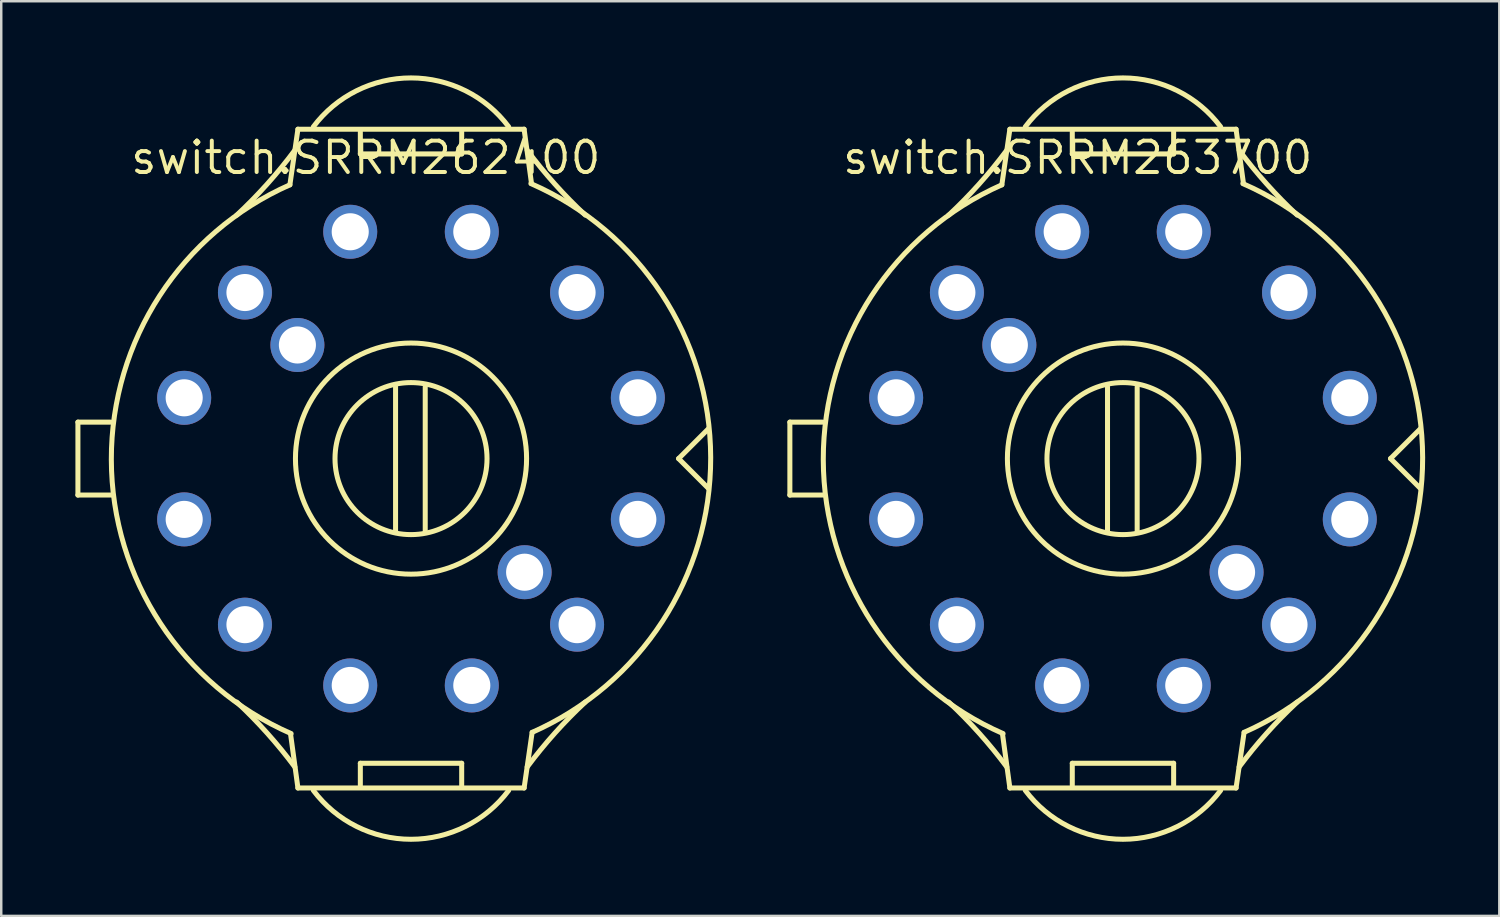
<source format=kicad_pcb>
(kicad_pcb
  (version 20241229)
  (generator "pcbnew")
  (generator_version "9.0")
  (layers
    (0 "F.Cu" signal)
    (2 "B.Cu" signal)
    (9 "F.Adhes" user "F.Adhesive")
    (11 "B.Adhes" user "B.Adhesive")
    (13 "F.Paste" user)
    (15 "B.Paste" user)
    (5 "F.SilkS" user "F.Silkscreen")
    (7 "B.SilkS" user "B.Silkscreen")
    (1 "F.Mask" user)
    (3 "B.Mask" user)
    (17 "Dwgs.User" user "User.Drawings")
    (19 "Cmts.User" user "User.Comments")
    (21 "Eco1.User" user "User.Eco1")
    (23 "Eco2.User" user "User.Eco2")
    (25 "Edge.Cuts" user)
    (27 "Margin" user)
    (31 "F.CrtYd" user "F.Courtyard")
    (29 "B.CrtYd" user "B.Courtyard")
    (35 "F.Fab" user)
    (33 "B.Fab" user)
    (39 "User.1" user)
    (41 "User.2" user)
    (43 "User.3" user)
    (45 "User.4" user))
  (footprint "switch.SRRM263700"
    (layer "F.Cu")
    (at 42.378 15.502)
    (property "Reference" "switch.SRRM263700" (at -11.43 -11.43 0) (layer "F.SilkS") (effects (font (size 1.27 1.27) (thickness 0.16)) (justify left bottom)))
    (attr through_hole)
    (fp_line (start -13.475 -1.475) (end -13.475 1.475) (stroke (width 0.203) (type default)) (layer "F.SilkS"))
    (fp_line (start -13.475 1.475) (end -12.1 1.475) (stroke (width 0.203) (type default)) (layer "F.SilkS"))
    (fp_line (start -12.15 -1.475) (end -13.475 -1.475) (stroke (width 0.203) (type default)) (layer "F.SilkS"))
    (fp_line (start -4.9 -11.075) (end -4.575 -13.325) (stroke (width 0.203) (type default)) (layer "F.SilkS"))
    (fp_line (start -4.575 -13.325) (end 4.575 -13.325) (stroke (width 0.203) (type default)) (layer "F.SilkS"))
    (fp_line (start -4.575 13.325) (end -4.875 11.125) (stroke (width 0.203) (type default)) (layer "F.SilkS"))
    (fp_line (start -2.05 -13.225) (end -2.05 -12.325) (stroke (width 0.203) (type default)) (layer "F.SilkS"))
    (fp_line (start -2.05 -12.325) (end 2.05 -12.325) (stroke (width 0.203) (type default)) (layer "F.SilkS"))
    (fp_line (start -2.05 12.325) (end -2.05 13.225) (stroke (width 0.203) (type default)) (layer "F.SilkS"))
    (fp_line (start -0.625 -2.9) (end -0.625 2.975) (stroke (width 0.203) (type default)) (layer "F.SilkS"))
    (fp_line (start 0.575 -2.9) (end 0.575 2.975) (stroke (width 0.203) (type default)) (layer "F.SilkS"))
    (fp_line (start 2.05 -12.325) (end 2.05 -13.225) (stroke (width 0.203) (type default)) (layer "F.SilkS"))
    (fp_line (start 2.05 12.325) (end -2.05 12.325) (stroke (width 0.203) (type default)) (layer "F.SilkS"))
    (fp_line (start 2.05 13.225) (end 2.05 12.325) (stroke (width 0.203) (type default)) (layer "F.SilkS"))
    (fp_line (start 4.575 -13.325) (end 4.875 -11.125) (stroke (width 0.203) (type default)) (layer "F.SilkS"))
    (fp_line (start 4.575 13.325) (end -4.575 13.325) (stroke (width 0.203) (type default)) (layer "F.SilkS"))
    (fp_line (start 4.9 11.075) (end 4.575 13.325) (stroke (width 0.203) (type default)) (layer "F.SilkS"))
    (fp_line (start 10.825 0) (end 12.025 1.2) (stroke (width 0.203) (type default)) (layer "F.SilkS"))
    (fp_line (start 12.025 -1.2) (end 10.825 0) (stroke (width 0.203) (type default)) (layer "F.SilkS"))
    (fp_arc (start -7.05 9.85) (mid -5.815572 11.109298) (end -4.7 12.475) (stroke (width 0.2032) (type default)) (layer "F.SilkS"))
    (fp_arc (start -4.85 11.125) (mid -12.12335 0.041325) (end -4.9 -11.075) (stroke (width 0.2032) (type default)) (layer "F.SilkS"))
    (fp_arc (start -4.7 -12.475) (mid -5.815572 -11.109298) (end -7.05 -9.85) (stroke (width 0.2032) (type default)) (layer "F.SilkS"))
    (fp_arc (start -3.95 -13.425) (mid 0 -15.4) (end 3.95 -13.425) (stroke (width 0.2032) (type default)) (layer "F.SilkS"))
    (fp_arc (start 3.95 13.425) (mid 0 15.4) (end -3.95 13.425) (stroke (width 0.2032) (type default)) (layer "F.SilkS"))
    (fp_arc (start 4.7 12.475) (mid 5.815572 11.109298) (end 7.05 9.85) (stroke (width 0.2032) (type default)) (layer "F.SilkS"))
    (fp_arc (start 4.85 -11.125) (mid 12.12335 -0.041325) (end 4.9 11.075) (stroke (width 0.2032) (type default)) (layer "F.SilkS"))
    (fp_arc (start 7.05 -9.85) (mid 5.815572 -11.109298) (end 4.7 -12.475) (stroke (width 0.2032) (type default)) (layer "F.SilkS"))
    (fp_circle (center 0 0) (end 3.075 0) (stroke (width 0.203) (type default)) (fill no) (layer "F.SilkS"))
    (fp_circle (center 0 0) (end 4.675 0) (stroke (width 0.203) (type default)) (fill no) (layer "F.SilkS"))
    (pad "1" thru_hole circle (at -9.176 -2.459 90) (size 2.184 2.184) (drill 1.5) (layers "*.Cu" "*.Mask"))
    (pad "2" thru_hole circle (at -6.718 -6.718 90) (size 2.184 2.184) (drill 1.5) (layers "*.Cu" "*.Mask"))
    (pad "3" thru_hole circle (at -2.459 -9.176 90) (size 2.184 2.184) (drill 1.5) (layers "*.Cu" "*.Mask"))
    (pad "4" thru_hole circle (at 2.459 -9.176) (size 2.184 2.184) (drill 1.5) (layers "*.Cu" "*.Mask"))
    (pad "5" thru_hole circle (at 6.718 -6.718) (size 2.184 2.184) (drill 1.5) (layers "*.Cu" "*.Mask"))
    (pad "6" thru_hole circle (at 9.176 -2.459) (size 2.184 2.184) (drill 1.5) (layers "*.Cu" "*.Mask"))
    (pad "7" thru_hole circle (at 9.176 2.459 270) (size 2.184 2.184) (drill 1.5) (layers "*.Cu" "*.Mask"))
    (pad "8" thru_hole circle (at 6.718 6.718 270) (size 2.184 2.184) (drill 1.5) (layers "*.Cu" "*.Mask"))
    (pad "9" thru_hole circle (at 2.459 9.176 270) (size 2.184 2.184) (drill 1.5) (layers "*.Cu" "*.Mask"))
    (pad "10" thru_hole circle (at -2.459 9.176 180) (size 2.184 2.184) (drill 1.5) (layers "*.Cu" "*.Mask"))
    (pad "11" thru_hole circle (at -6.718 6.718 180) (size 2.184 2.184) (drill 1.5) (layers "*.Cu" "*.Mask"))
    (pad "12" thru_hole circle (at -9.176 2.459 180) (size 2.184 2.184) (drill 1.5) (layers "*.Cu" "*.Mask"))
    (pad "13" thru_hole circle (at -4.596 -4.596 105) (size 2.184 2.184) (drill 1.5) (layers "*.Cu" "*.Mask"))
    (pad "14" thru_hole circle (at 4.596 4.596 285) (size 2.184 2.184) (drill 1.5) (layers "*.Cu" "*.Mask")))
  (footprint "switch.SRRM262400"
    (layer "F.Cu")
    (at 13.577 15.502)
    (property "Reference" "switch.SRRM262400" (at -11.43 -11.43 0) (layer "F.SilkS") (effects (font (size 1.27 1.27) (thickness 0.16)) (justify left bottom)))
    (attr through_hole)
    (fp_line (start -13.475 -1.475) (end -13.475 1.475) (stroke (width 0.203) (type default)) (layer "F.SilkS"))
    (fp_line (start -13.475 1.475) (end -12.1 1.475) (stroke (width 0.203) (type default)) (layer "F.SilkS"))
    (fp_line (start -12.15 -1.475) (end -13.475 -1.475) (stroke (width 0.203) (type default)) (layer "F.SilkS"))
    (fp_line (start -4.9 -11.075) (end -4.575 -13.325) (stroke (width 0.203) (type default)) (layer "F.SilkS"))
    (fp_line (start -4.575 -13.325) (end 4.575 -13.325) (stroke (width 0.203) (type default)) (layer "F.SilkS"))
    (fp_line (start -4.575 13.325) (end -4.875 11.125) (stroke (width 0.203) (type default)) (layer "F.SilkS"))
    (fp_line (start -2.05 -13.225) (end -2.05 -12.325) (stroke (width 0.203) (type default)) (layer "F.SilkS"))
    (fp_line (start -2.05 -12.325) (end 2.05 -12.325) (stroke (width 0.203) (type default)) (layer "F.SilkS"))
    (fp_line (start -2.05 12.325) (end -2.05 13.225) (stroke (width 0.203) (type default)) (layer "F.SilkS"))
    (fp_line (start -0.625 -2.9) (end -0.625 2.975) (stroke (width 0.203) (type default)) (layer "F.SilkS"))
    (fp_line (start 0.575 -2.9) (end 0.575 2.975) (stroke (width 0.203) (type default)) (layer "F.SilkS"))
    (fp_line (start 2.05 -12.325) (end 2.05 -13.225) (stroke (width 0.203) (type default)) (layer "F.SilkS"))
    (fp_line (start 2.05 12.325) (end -2.05 12.325) (stroke (width 0.203) (type default)) (layer "F.SilkS"))
    (fp_line (start 2.05 13.225) (end 2.05 12.325) (stroke (width 0.203) (type default)) (layer "F.SilkS"))
    (fp_line (start 4.575 -13.325) (end 4.875 -11.125) (stroke (width 0.203) (type default)) (layer "F.SilkS"))
    (fp_line (start 4.575 13.325) (end -4.575 13.325) (stroke (width 0.203) (type default)) (layer "F.SilkS"))
    (fp_line (start 4.9 11.075) (end 4.575 13.325) (stroke (width 0.203) (type default)) (layer "F.SilkS"))
    (fp_line (start 10.825 0) (end 12.025 1.2) (stroke (width 0.203) (type default)) (layer "F.SilkS"))
    (fp_line (start 12.025 -1.2) (end 10.825 0) (stroke (width 0.203) (type default)) (layer "F.SilkS"))
    (fp_arc (start -7.05 9.85) (mid -5.815572 11.109298) (end -4.7 12.475) (stroke (width 0.2032) (type default)) (layer "F.SilkS"))
    (fp_arc (start -4.85 11.125) (mid -12.12335 0.041325) (end -4.9 -11.075) (stroke (width 0.2032) (type default)) (layer "F.SilkS"))
    (fp_arc (start -4.7 -12.475) (mid -5.815572 -11.109298) (end -7.05 -9.85) (stroke (width 0.2032) (type default)) (layer "F.SilkS"))
    (fp_arc (start -3.95 -13.425) (mid 0 -15.4) (end 3.95 -13.425) (stroke (width 0.2032) (type default)) (layer "F.SilkS"))
    (fp_arc (start 3.95 13.425) (mid 0 15.4) (end -3.95 13.425) (stroke (width 0.2032) (type default)) (layer "F.SilkS"))
    (fp_arc (start 4.7 12.475) (mid 5.815572 11.109298) (end 7.05 9.85) (stroke (width 0.2032) (type default)) (layer "F.SilkS"))
    (fp_arc (start 4.85 -11.125) (mid 12.12335 -0.041325) (end 4.9 11.075) (stroke (width 0.2032) (type default)) (layer "F.SilkS"))
    (fp_arc (start 7.05 -9.85) (mid 5.815572 -11.109298) (end 4.7 -12.475) (stroke (width 0.2032) (type default)) (layer "F.SilkS"))
    (fp_circle (center 0 0) (end 3.075 0) (stroke (width 0.203) (type default)) (fill no) (layer "F.SilkS"))
    (fp_circle (center 0 0) (end 4.675 0) (stroke (width 0.203) (type default)) (fill no) (layer "F.SilkS"))
    (pad "1" thru_hole circle (at -9.176 -2.459 90) (size 2.184 2.184) (drill 1.5) (layers "*.Cu" "*.Mask"))
    (pad "2" thru_hole circle (at -6.718 -6.718 90) (size 2.184 2.184) (drill 1.5) (layers "*.Cu" "*.Mask"))
    (pad "3" thru_hole circle (at -2.459 -9.176 90) (size 2.184 2.184) (drill 1.5) (layers "*.Cu" "*.Mask"))
    (pad "4" thru_hole circle (at 2.459 -9.176) (size 2.184 2.184) (drill 1.5) (layers "*.Cu" "*.Mask"))
    (pad "5" thru_hole circle (at 6.718 -6.718) (size 2.184 2.184) (drill 1.5) (layers "*.Cu" "*.Mask"))
    (pad "6" thru_hole circle (at 9.176 -2.459) (size 2.184 2.184) (drill 1.5) (layers "*.Cu" "*.Mask"))
    (pad "7" thru_hole circle (at 9.176 2.459 270) (size 2.184 2.184) (drill 1.5) (layers "*.Cu" "*.Mask"))
    (pad "8" thru_hole circle (at 6.718 6.718 270) (size 2.184 2.184) (drill 1.5) (layers "*.Cu" "*.Mask"))
    (pad "9" thru_hole circle (at 2.459 9.176 270) (size 2.184 2.184) (drill 1.5) (layers "*.Cu" "*.Mask"))
    (pad "10" thru_hole circle (at -2.459 9.176 180) (size 2.184 2.184) (drill 1.5) (layers "*.Cu" "*.Mask"))
    (pad "11" thru_hole circle (at -6.718 6.718 180) (size 2.184 2.184) (drill 1.5) (layers "*.Cu" "*.Mask"))
    (pad "12" thru_hole circle (at -9.176 2.459 180) (size 2.184 2.184) (drill 1.5) (layers "*.Cu" "*.Mask"))
    (pad "13" thru_hole circle (at -4.596 -4.596 105) (size 2.184 2.184) (drill 1.5) (layers "*.Cu" "*.Mask"))
    (pad "14" thru_hole circle (at 4.596 4.596 285) (size 2.184 2.184) (drill 1.5) (layers "*.Cu" "*.Mask")))
  (gr_rect
    (start -3 -3)
    (end 57.603 34.003)
    (stroke (width 0.1) (type default))
    (fill no)
    (layer "Edge.Cuts")))
</source>
